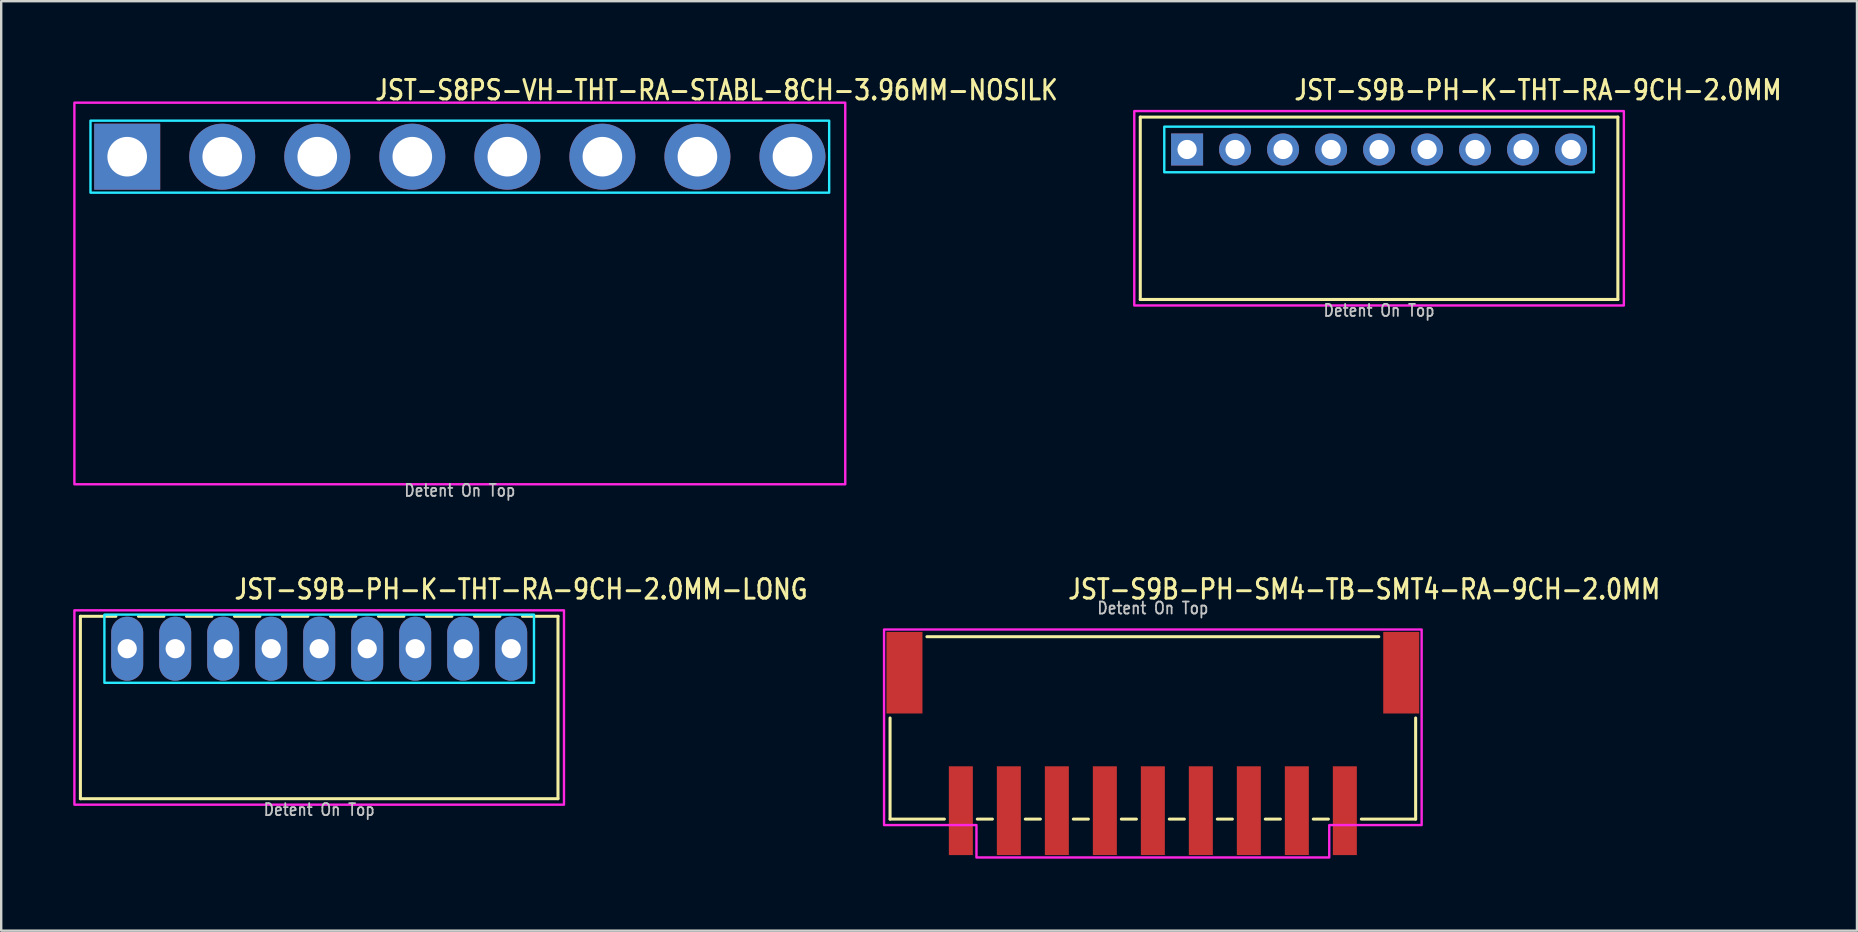
<source format=kicad_pcb>
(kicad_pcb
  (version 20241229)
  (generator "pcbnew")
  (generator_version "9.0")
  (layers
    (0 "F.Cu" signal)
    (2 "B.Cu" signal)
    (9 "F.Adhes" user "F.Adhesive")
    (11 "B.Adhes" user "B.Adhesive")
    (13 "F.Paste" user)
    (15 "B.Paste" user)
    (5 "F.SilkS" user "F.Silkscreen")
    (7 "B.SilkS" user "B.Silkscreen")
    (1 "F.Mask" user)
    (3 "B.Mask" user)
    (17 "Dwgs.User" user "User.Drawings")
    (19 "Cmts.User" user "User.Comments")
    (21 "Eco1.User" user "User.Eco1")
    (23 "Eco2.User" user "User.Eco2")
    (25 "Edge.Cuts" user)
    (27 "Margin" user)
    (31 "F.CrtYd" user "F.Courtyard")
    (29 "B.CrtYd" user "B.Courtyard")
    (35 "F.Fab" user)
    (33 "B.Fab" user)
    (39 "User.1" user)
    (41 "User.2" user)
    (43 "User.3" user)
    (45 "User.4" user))
  (footprint "JST-S9B-PH-SM4-TB-SMT4-RA-9CH-2.0MM"
    (layer "F.Cu")
    (at 44.987 24.98)
    (property "Reference" "JST-S9B-PH-SM4-TB-SMT4-RA-9CH-2.0MM" (at -3.6 -3 0) (unlocked yes) (layer "F.SilkS") (effects (font (size 0.813 0.695) (thickness 0.122)) (justify left bottom)))
    (fp_line (start -10.95 6.1) (end -10.95 1.887) (stroke (width 0.127) (type solid)) (layer "F.SilkS"))
    (fp_line (start -10.95 6.1) (end -8.687 6.1) (stroke (width 0.127) (type solid)) (layer "F.SilkS"))
    (fp_line (start -9.414 -1.5) (end 9.414 -1.5) (stroke (width 0.127) (type solid)) (layer "F.SilkS"))
    (fp_line (start -7.314 6.1) (end -6.686 6.1) (stroke (width 0.127) (type solid)) (layer "F.SilkS"))
    (fp_line (start -5.314 6.1) (end -4.686 6.1) (stroke (width 0.127) (type solid)) (layer "F.SilkS"))
    (fp_line (start -3.313 6.1) (end -2.687 6.1) (stroke (width 0.127) (type solid)) (layer "F.SilkS"))
    (fp_line (start -1.313 6.1) (end -0.686 6.1) (stroke (width 0.127) (type solid)) (layer "F.SilkS"))
    (fp_line (start 0.686 6.1) (end 1.313 6.1) (stroke (width 0.127) (type solid)) (layer "F.SilkS"))
    (fp_line (start 2.687 6.1) (end 3.313 6.1) (stroke (width 0.127) (type solid)) (layer "F.SilkS"))
    (fp_line (start 4.686 6.1) (end 5.314 6.1) (stroke (width 0.127) (type solid)) (layer "F.SilkS"))
    (fp_line (start 6.686 6.1) (end 7.314 6.1) (stroke (width 0.127) (type solid)) (layer "F.SilkS"))
    (fp_line (start 8.687 6.1) (end 10.95 6.1) (stroke (width 0.127) (type solid)) (layer "F.SilkS"))
    (fp_line (start 10.95 1.887) (end 10.95 6.1) (stroke (width 0.127) (type solid)) (layer "F.SilkS"))
    (fp_poly (pts (xy -11.2 -1.8) (xy -11.2 6.35) (xy -7.35 6.35) (xy -7.35 7.7) (xy 7.35 7.7) (xy 7.35 6.35) (xy 11.2 6.35) (xy 11.2 -1.8)) (stroke (width 0.1) (type solid)) (fill no) (layer "F.CrtYd"))
    (fp_text user "Detent On Top" (at 0 -2.4 0) (unlocked yes) (layer "Dwgs.User") (effects (font (size 0.5 0.427) (thickness 0.075)) (justify bottom)))
    (pad "P$1" smd rect (at 8 5.75) (size 1 3.7) (layers "F.Cu" "F.Mask" "F.Paste"))
    (pad "P$2" smd rect (at 6 5.75) (size 1 3.7) (layers "F.Cu" "F.Mask" "F.Paste"))
    (pad "P$3" smd rect (at 4 5.75) (size 1 3.7) (layers "F.Cu" "F.Mask" "F.Paste"))
    (pad "P$4" smd rect (at 2 5.75) (size 1 3.7) (layers "F.Cu" "F.Mask" "F.Paste"))
    (pad "P$5" smd rect (at 0 5.75) (size 1 3.7) (layers "F.Cu" "F.Mask" "F.Paste"))
    (pad "P$6" smd rect (at -2 5.75) (size 1 3.7) (layers "F.Cu" "F.Mask" "F.Paste"))
    (pad "P$7" smd rect (at -4 5.75) (size 1 3.7) (layers "F.Cu" "F.Mask" "F.Paste"))
    (pad "P$8" smd rect (at -6 5.75) (size 1 3.7) (layers "F.Cu" "F.Mask" "F.Paste"))
    (pad "P$9" smd rect (at -8 5.75) (size 1 3.7) (layers "F.Cu" "F.Mask" "F.Paste"))
    (pad "S$1" smd rect (at -10.35 0) (size 1.5 3.4) (layers "F.Cu" "F.Mask" "F.Paste"))
    (pad "S$2" smd rect (at 10.35 0) (size 1.5 3.4) (layers "F.Cu" "F.Mask" "F.Paste")))
  (footprint "JST-S9B-PH-K-THT-RA-9CH-2.0MM-LONG"
    (layer "F.Cu")
    (at 10.25 23.98)
    (property "Reference" "JST-S9B-PH-K-THT-RA-9CH-2.0MM-LONG" (at -3.6 -2 0) (unlocked yes) (layer "F.SilkS") (effects (font (size 0.813 0.695) (thickness 0.122)) (justify left bottom)))
    (fp_line (start -9.95 -1.35) (end -8.471 -1.35) (stroke (width 0.127) (type solid)) (layer "F.SilkS"))
    (fp_line (start -9.95 6.25) (end -9.95 -1.35) (stroke (width 0.127) (type solid)) (layer "F.SilkS"))
    (fp_line (start -9.95 6.25) (end 9.95 6.25) (stroke (width 0.127) (type solid)) (layer "F.SilkS"))
    (fp_line (start -7.529 -1.35) (end -6.471 -1.35) (stroke (width 0.127) (type solid)) (layer "F.SilkS"))
    (fp_line (start -5.529 -1.35) (end -4.471 -1.35) (stroke (width 0.127) (type solid)) (layer "F.SilkS"))
    (fp_line (start -3.529 -1.35) (end -2.471 -1.35) (stroke (width 0.127) (type solid)) (layer "F.SilkS"))
    (fp_line (start -1.529 -1.35) (end -0.471 -1.35) (stroke (width 0.127) (type solid)) (layer "F.SilkS"))
    (fp_line (start 0.471 -1.35) (end 1.529 -1.35) (stroke (width 0.127) (type solid)) (layer "F.SilkS"))
    (fp_line (start 2.471 -1.35) (end 3.529 -1.35) (stroke (width 0.127) (type solid)) (layer "F.SilkS"))
    (fp_line (start 4.471 -1.35) (end 5.529 -1.35) (stroke (width 0.127) (type solid)) (layer "F.SilkS"))
    (fp_line (start 6.471 -1.35) (end 7.529 -1.35) (stroke (width 0.127) (type solid)) (layer "F.SilkS"))
    (fp_line (start 8.471 -1.35) (end 9.95 -1.35) (stroke (width 0.127) (type solid)) (layer "F.SilkS"))
    (fp_line (start 9.95 -1.35) (end 9.95 6.25) (stroke (width 0.127) (type solid)) (layer "F.SilkS"))
    (fp_poly (pts (xy -8.95 -1.42) (xy -8.95 1.42) (xy 8.95 1.42) (xy 8.95 -1.42)) (stroke (width 0.1) (type solid)) (fill no) (layer "B.CrtYd"))
    (fp_poly (pts (xy -10.2 -1.6) (xy -10.2 6.5) (xy 10.2 6.5) (xy 10.2 -1.6)) (stroke (width 0.1) (type solid)) (fill no) (layer "F.CrtYd"))
    (fp_text user "Detent On Top" (at 0 7 0) (unlocked yes) (layer "Dwgs.User") (effects (font (size 0.5 0.427) (thickness 0.075)) (justify bottom)))
    (pad "P$1" thru_hole oval (at -8 0 90) (size 2.667 1.333) (drill 0.8) (layers "*.Cu" "*.Mask"))
    (pad "P$2" thru_hole oval (at -6 0 90) (size 2.667 1.333) (drill 0.8) (layers "*.Cu" "*.Mask"))
    (pad "P$3" thru_hole oval (at -4 0 90) (size 2.667 1.333) (drill 0.8) (layers "*.Cu" "*.Mask"))
    (pad "P$4" thru_hole oval (at -2 0 90) (size 2.667 1.333) (drill 0.8) (layers "*.Cu" "*.Mask"))
    (pad "P$5" thru_hole oval (at 0 0 90) (size 2.667 1.333) (drill 0.8) (layers "*.Cu" "*.Mask"))
    (pad "P$6" thru_hole oval (at 2 0 90) (size 2.667 1.333) (drill 0.8) (layers "*.Cu" "*.Mask"))
    (pad "P$7" thru_hole oval (at 4 0 90) (size 2.667 1.333) (drill 0.8) (layers "*.Cu" "*.Mask"))
    (pad "P$8" thru_hole oval (at 6 0 90) (size 2.667 1.333) (drill 0.8) (layers "*.Cu" "*.Mask"))
    (pad "P$9" thru_hole oval (at 8 0 90) (size 2.667 1.333) (drill 0.8) (layers "*.Cu" "*.Mask")))
  (footprint "JST-S9B-PH-K-THT-RA-9CH-2.0MM"
    (layer "F.Cu")
    (at 54.413 3.179)
    (property "Reference" "JST-S9B-PH-K-THT-RA-9CH-2.0MM" (at -3.6 -2 0) (unlocked yes) (layer "F.SilkS") (effects (font (size 0.813 0.695) (thickness 0.122)) (justify left bottom)))
    (fp_line (start -9.95 -1.35) (end 9.95 -1.35) (stroke (width 0.127) (type solid)) (layer "F.SilkS"))
    (fp_line (start -9.95 6.25) (end -9.95 -1.35) (stroke (width 0.127) (type solid)) (layer "F.SilkS"))
    (fp_line (start -9.95 6.25) (end 9.95 6.25) (stroke (width 0.127) (type solid)) (layer "F.SilkS"))
    (fp_line (start 9.95 -1.35) (end 9.95 6.25) (stroke (width 0.127) (type solid)) (layer "F.SilkS"))
    (fp_poly (pts (xy -8.95 -0.95) (xy -8.95 0.95) (xy 8.95 0.95) (xy 8.95 -0.95)) (stroke (width 0.1) (type solid)) (fill no) (layer "B.CrtYd"))
    (fp_poly (pts (xy -10.2 -1.6) (xy -10.2 6.5) (xy 10.2 6.5) (xy 10.2 -1.6)) (stroke (width 0.1) (type solid)) (fill no) (layer "F.CrtYd"))
    (fp_text user "Detent On Top" (at 0 7 0) (unlocked yes) (layer "Dwgs.User") (effects (font (size 0.5 0.427) (thickness 0.075)) (justify bottom)))
    (pad "P$1" thru_hole rect (at -8 0) (size 1.333 1.333) (drill 0.8) (layers "*.Cu" "*.Mask"))
    (pad "P$2" thru_hole oval (at -6 0) (size 1.333 1.333) (drill 0.8) (layers "*.Cu" "*.Mask"))
    (pad "P$3" thru_hole oval (at -4 0) (size 1.333 1.333) (drill 0.8) (layers "*.Cu" "*.Mask"))
    (pad "P$4" thru_hole oval (at -2 0) (size 1.333 1.333) (drill 0.8) (layers "*.Cu" "*.Mask"))
    (pad "P$5" thru_hole oval (at 0 0) (size 1.333 1.333) (drill 0.8) (layers "*.Cu" "*.Mask"))
    (pad "P$6" thru_hole oval (at 2 0) (size 1.333 1.333) (drill 0.8) (layers "*.Cu" "*.Mask"))
    (pad "P$7" thru_hole oval (at 4 0) (size 1.333 1.333) (drill 0.8) (layers "*.Cu" "*.Mask"))
    (pad "P$8" thru_hole oval (at 6 0) (size 1.333 1.333) (drill 0.8) (layers "*.Cu" "*.Mask"))
    (pad "P$9" thru_hole oval (at 8 0) (size 1.333 1.333) (drill 0.8) (layers "*.Cu" "*.Mask")))
  (footprint "JST-S8PS-VH-THT-RA-STABL-8CH-3.96MM-NOSILK"
    (layer "F.Cu")
    (at 16.11 3.479)
    (property "Reference" "JST-S8PS-VH-THT-RA-STABL-8CH-3.96MM-NOSILK" (at -3.6 -2.3 0) (unlocked yes) (layer "F.SilkS") (effects (font (size 0.813 0.695) (thickness 0.122)) (justify left bottom)))
    (fp_poly (pts (xy -15.39 -1.5) (xy -15.39 1.5) (xy 15.39 1.5) (xy 15.39 -1.5)) (stroke (width 0.1) (type solid)) (fill no) (layer "B.CrtYd"))
    (fp_poly (pts (xy -16.06 13.65) (xy 16.06 13.65) (xy 16.06 -2.25) (xy -16.06 -2.25)) (stroke (width 0.1) (type solid)) (fill no) (layer "F.CrtYd"))
    (fp_text user "Detent On Top" (at 0 14.2 0) (unlocked yes) (layer "Dwgs.User") (effects (font (size 0.5 0.427) (thickness 0.075)) (justify bottom)))
    (pad "P$1" thru_hole rect (at -13.86 0) (size 2.75 2.75) (drill 1.65) (layers "*.Cu" "*.Mask"))
    (pad "P$2" thru_hole oval (at -9.9 0) (size 2.75 2.75) (drill 1.65) (layers "*.Cu" "*.Mask"))
    (pad "P$3" thru_hole oval (at -5.94 0) (size 2.75 2.75) (drill 1.65) (layers "*.Cu" "*.Mask"))
    (pad "P$4" thru_hole oval (at -1.98 0) (size 2.75 2.75) (drill 1.65) (layers "*.Cu" "*.Mask"))
    (pad "P$5" thru_hole oval (at 1.98 0) (size 2.75 2.75) (drill 1.65) (layers "*.Cu" "*.Mask"))
    (pad "P$6" thru_hole oval (at 5.94 0) (size 2.75 2.75) (drill 1.65) (layers "*.Cu" "*.Mask"))
    (pad "P$7" thru_hole oval (at 9.9 0) (size 2.75 2.75) (drill 1.65) (layers "*.Cu" "*.Mask"))
    (pad "P$8" thru_hole oval (at 13.86 0) (size 2.75 2.75) (drill 1.65) (layers "*.Cu" "*.Mask")))
  (gr_rect
    (start -3 -3)
    (end 74.326 35.73)
    (stroke (width 0.1) (type default))
    (fill no)
    (layer "Edge.Cuts")))
</source>
